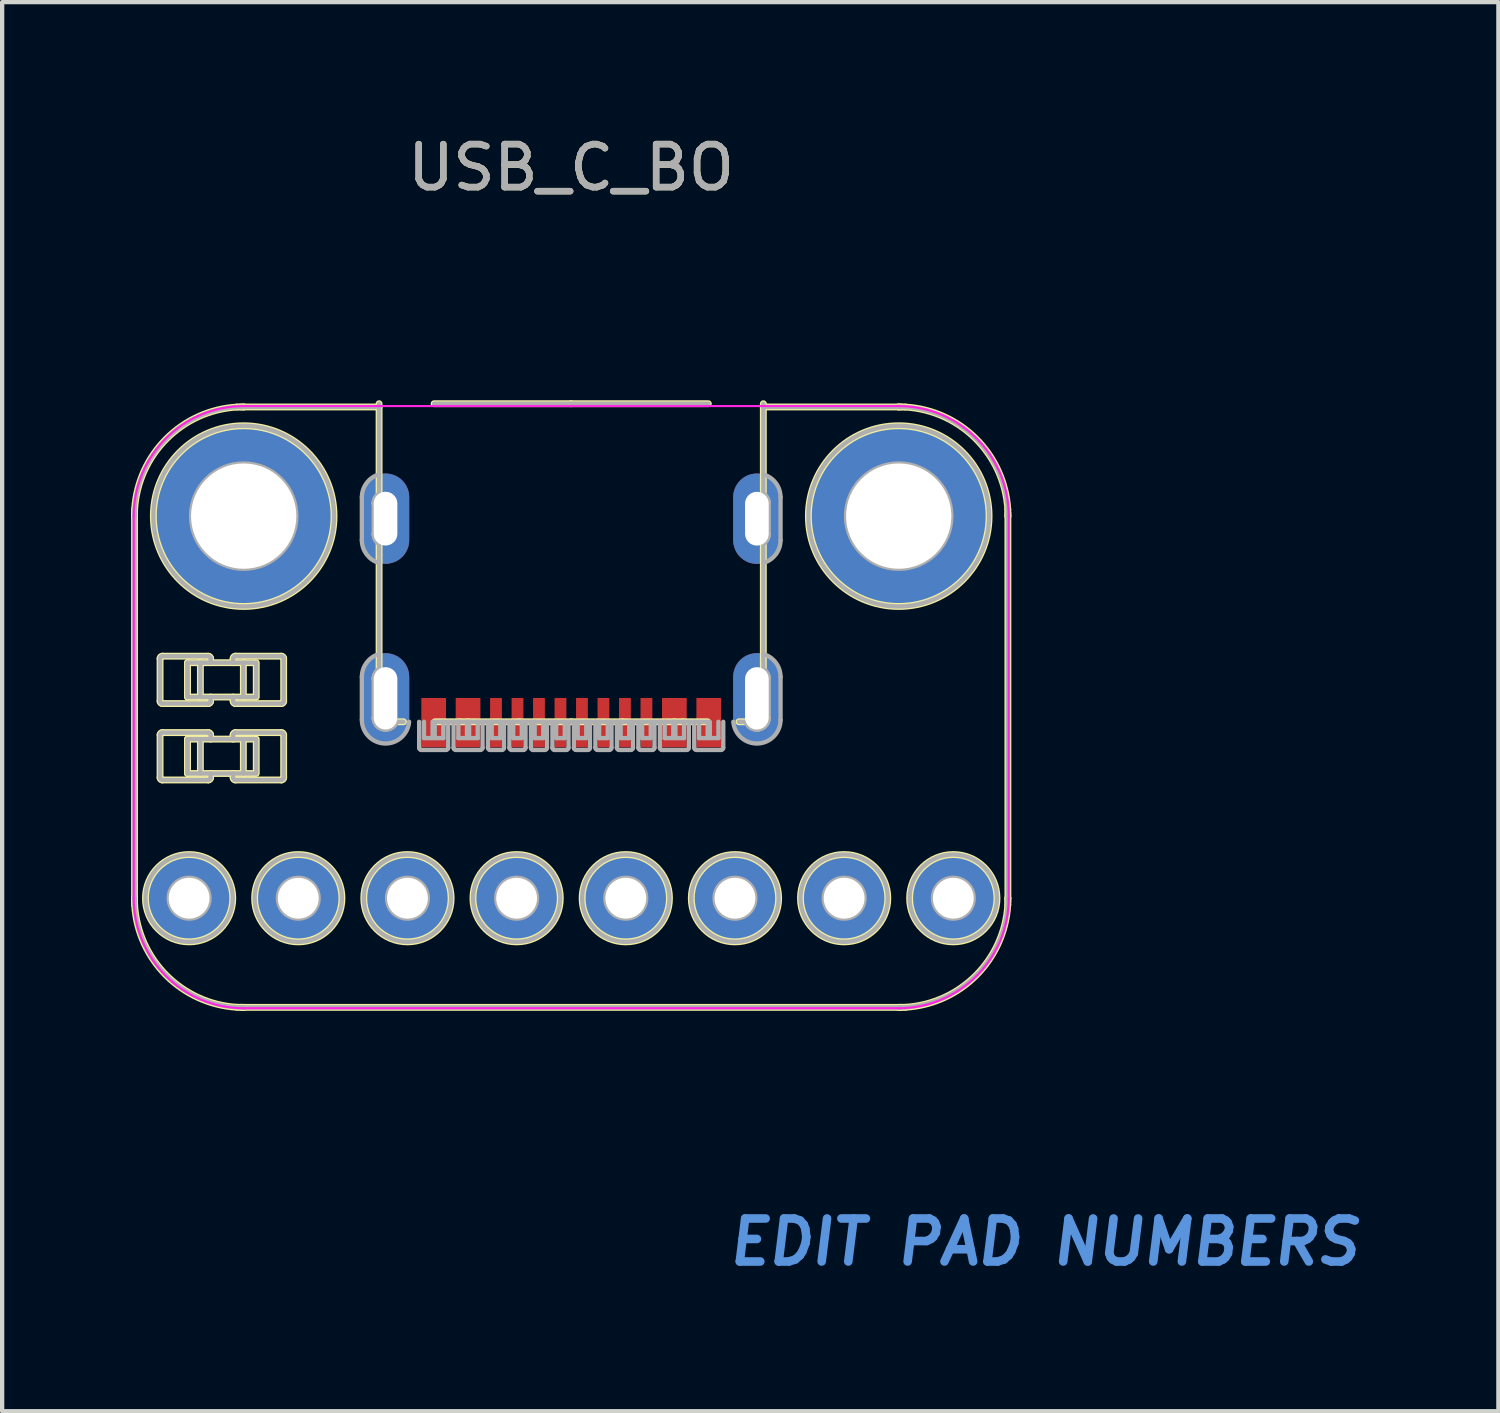
<source format=kicad_pcb>
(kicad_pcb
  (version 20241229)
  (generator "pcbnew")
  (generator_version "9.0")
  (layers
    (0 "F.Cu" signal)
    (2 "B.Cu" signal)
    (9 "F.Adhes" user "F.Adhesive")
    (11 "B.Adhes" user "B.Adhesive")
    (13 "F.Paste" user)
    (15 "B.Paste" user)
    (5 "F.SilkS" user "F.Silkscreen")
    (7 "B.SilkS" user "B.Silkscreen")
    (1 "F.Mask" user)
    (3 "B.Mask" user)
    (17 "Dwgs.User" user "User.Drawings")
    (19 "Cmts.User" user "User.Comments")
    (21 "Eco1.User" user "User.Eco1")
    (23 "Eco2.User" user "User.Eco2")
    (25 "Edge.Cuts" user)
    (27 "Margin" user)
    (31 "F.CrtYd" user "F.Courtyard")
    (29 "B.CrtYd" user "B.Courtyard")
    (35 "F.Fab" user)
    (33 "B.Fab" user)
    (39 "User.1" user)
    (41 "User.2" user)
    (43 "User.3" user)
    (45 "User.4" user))
  (footprint "USB_C_BO"
    (layer "F.Cu")
    (at 10.24 17.848)
    (property "Reference" "USB_C_BO" (at 0 -17 0) (layer "F.SilkS") (effects (font (size 1 1) (thickness 0.15))))
    (attr through_hole)
    (fp_line (start -10.16 -8.89) (end -10.158 -9.044) (stroke (width 0.16) (type solid)) (layer "F.SilkS"))
    (fp_line (start -10.16 0) (end -10.16 -8.89) (stroke (width 0.16) (type solid)) (layer "F.SilkS"))
    (fp_line (start -10.158 0.154) (end -10.16 0) (stroke (width 0.16) (type solid)) (layer "F.SilkS"))
    (fp_line (start -9.566 -5.58) (end -9.566 -4.58) (stroke (width 0.16) (type solid)) (layer "F.SilkS"))
    (fp_line (start -9.566 -3.802) (end -9.566 -2.802) (stroke (width 0.16) (type solid)) (layer "F.SilkS"))
    (fp_line (start -9.515 -4.529) (end -8.441 -4.529) (stroke (width 0.16) (type solid)) (layer "F.SilkS"))
    (fp_line (start -9.515 -2.751) (end -8.441 -2.751) (stroke (width 0.16) (type solid)) (layer "F.SilkS"))
    (fp_line (start -8.928 -4.68) (end -8.928 -5.48) (stroke (width 0.16) (type solid)) (layer "F.SilkS"))
    (fp_line (start -8.928 -4.68) (end -8.928 -5.48) (stroke (width 0.16) (type solid)) (layer "F.SilkS"))
    (fp_line (start -8.928 -2.902) (end -8.928 -3.702) (stroke (width 0.16) (type solid)) (layer "F.SilkS"))
    (fp_line (start -8.928 -2.902) (end -8.928 -3.702) (stroke (width 0.16) (type solid)) (layer "F.SilkS"))
    (fp_line (start -8.883 -5.48) (end -8.673 -5.48) (stroke (width 0.16) (type solid)) (layer "F.SilkS"))
    (fp_line (start -8.883 -4.68) (end -8.673 -4.68) (stroke (width 0.16) (type solid)) (layer "F.SilkS"))
    (fp_line (start -8.883 -3.702) (end -8.673 -3.702) (stroke (width 0.16) (type solid)) (layer "F.SilkS"))
    (fp_line (start -8.883 -2.902) (end -8.673 -2.902) (stroke (width 0.16) (type solid)) (layer "F.SilkS"))
    (fp_line (start -8.628 -5.48) (end -7.628 -5.48) (stroke (width 0.16) (type solid)) (layer "F.SilkS"))
    (fp_line (start -8.628 -4.68) (end -8.628 -5.48) (stroke (width 0.16) (type solid)) (layer "F.SilkS"))
    (fp_line (start -8.628 -4.68) (end -7.628 -4.68) (stroke (width 0.16) (type solid)) (layer "F.SilkS"))
    (fp_line (start -8.628 -3.702) (end -7.628 -3.702) (stroke (width 0.16) (type solid)) (layer "F.SilkS"))
    (fp_line (start -8.628 -2.902) (end -8.628 -3.702) (stroke (width 0.16) (type solid)) (layer "F.SilkS"))
    (fp_line (start -8.628 -2.902) (end -7.628 -2.902) (stroke (width 0.16) (type solid)) (layer "F.SilkS"))
    (fp_line (start -8.441 -5.631) (end -9.515 -5.631) (stroke (width 0.16) (type solid)) (layer "F.SilkS"))
    (fp_line (start -8.441 -3.853) (end -9.515 -3.853) (stroke (width 0.16) (type solid)) (layer "F.SilkS"))
    (fp_line (start -8.39 -5.48) (end -8.39 -5.58) (stroke (width 0.16) (type solid)) (layer "F.SilkS"))
    (fp_line (start -8.39 -4.58) (end -8.39 -4.68) (stroke (width 0.16) (type solid)) (layer "F.SilkS"))
    (fp_line (start -8.39 -3.702) (end -8.39 -3.802) (stroke (width 0.16) (type solid)) (layer "F.SilkS"))
    (fp_line (start -8.39 -2.802) (end -8.39 -2.902) (stroke (width 0.16) (type solid)) (layer "F.SilkS"))
    (fp_line (start -7.866 -5.58) (end -7.866 -5.48) (stroke (width 0.16) (type solid)) (layer "F.SilkS"))
    (fp_line (start -7.866 -4.68) (end -7.866 -4.58) (stroke (width 0.16) (type solid)) (layer "F.SilkS"))
    (fp_line (start -7.866 -3.802) (end -7.866 -3.702) (stroke (width 0.16) (type solid)) (layer "F.SilkS"))
    (fp_line (start -7.866 -2.902) (end -7.866 -2.802) (stroke (width 0.16) (type solid)) (layer "F.SilkS"))
    (fp_line (start -7.816 -4.529) (end -6.74 -4.529) (stroke (width 0.16) (type solid)) (layer "F.SilkS"))
    (fp_line (start -7.816 -2.751) (end -6.74 -2.751) (stroke (width 0.16) (type solid)) (layer "F.SilkS"))
    (fp_line (start -7.774 -11.428) (end -7.62 -11.43) (stroke (width 0.16) (type solid)) (layer "F.SilkS"))
    (fp_line (start -7.628 -4.68) (end -7.628 -5.48) (stroke (width 0.16) (type solid)) (layer "F.SilkS"))
    (fp_line (start -7.628 -2.902) (end -7.628 -3.702) (stroke (width 0.16) (type solid)) (layer "F.SilkS"))
    (fp_line (start -7.62 -11.43) (end -4.521 -11.43) (stroke (width 0.16) (type solid)) (layer "F.SilkS"))
    (fp_line (start -7.62 2.54) (end -7.774 2.538) (stroke (width 0.16) (type solid)) (layer "F.SilkS"))
    (fp_line (start -7.583 -5.48) (end -7.373 -5.48) (stroke (width 0.16) (type solid)) (layer "F.SilkS"))
    (fp_line (start -7.583 -4.68) (end -7.373 -4.68) (stroke (width 0.16) (type solid)) (layer "F.SilkS"))
    (fp_line (start -7.583 -3.702) (end -7.373 -3.702) (stroke (width 0.16) (type solid)) (layer "F.SilkS"))
    (fp_line (start -7.583 -2.902) (end -7.373 -2.902) (stroke (width 0.16) (type solid)) (layer "F.SilkS"))
    (fp_line (start -7.328 -4.68) (end -7.328 -5.48) (stroke (width 0.16) (type solid)) (layer "F.SilkS"))
    (fp_line (start -7.328 -2.902) (end -7.328 -3.702) (stroke (width 0.16) (type solid)) (layer "F.SilkS"))
    (fp_line (start -6.74 -5.631) (end -7.816 -5.631) (stroke (width 0.16) (type solid)) (layer "F.SilkS"))
    (fp_line (start -6.74 -3.853) (end -7.816 -3.853) (stroke (width 0.16) (type solid)) (layer "F.SilkS"))
    (fp_line (start -6.69 -4.58) (end -6.69 -5.58) (stroke (width 0.16) (type solid)) (layer "F.SilkS"))
    (fp_line (start -6.69 -2.802) (end -6.69 -3.802) (stroke (width 0.16) (type solid)) (layer "F.SilkS"))
    (fp_line (start -4.521 -11.43) (end -4.47 -11.43) (stroke (width 0.16) (type solid)) (layer "F.SilkS"))
    (fp_line (start -4.47 -11.505) (end -4.47 -4.855) (stroke (width 0.16) (type solid)) (layer "F.SilkS"))
    (fp_line (start -4.47 -4.705) (end -4.45 -4.705) (stroke (width 0.16) (type solid)) (layer "F.SilkS"))
    (fp_line (start -4.45 -4.105) (end -4.45 -4.705) (stroke (width 0.16) (type solid)) (layer "F.SilkS"))
    (fp_line (start -3.903 -4.105) (end -4.45 -4.105) (stroke (width 0.16) (type solid)) (layer "F.SilkS"))
    (fp_line (start -3.17 -4.105) (end -2.6 -4.105) (stroke (width 0.16) (type solid)) (layer "F.SilkS"))
    (fp_line (start -2.6 -4.105) (end -2.4 -4.105) (stroke (width 0.16) (type solid)) (layer "F.SilkS"))
    (fp_line (start -2.4 -4.105) (end -1.2 -4.105) (stroke (width 0.16) (type solid)) (layer "F.SilkS"))
    (fp_line (start -1.2 -4.105) (end 0 -4.105) (stroke (width 0.16) (type solid)) (layer "F.SilkS"))
    (fp_line (start 0 -11.505) (end -3.19 -11.505) (stroke (width 0.16) (type solid)) (layer "F.SilkS"))
    (fp_line (start 0 -11.505) (end 3.19 -11.505) (stroke (width 0.16) (type solid)) (layer "F.SilkS"))
    (fp_line (start 1.2 -4.105) (end 0 -4.105) (stroke (width 0.16) (type solid)) (layer "F.SilkS"))
    (fp_line (start 2.4 -4.105) (end 1.2 -4.105) (stroke (width 0.16) (type solid)) (layer "F.SilkS"))
    (fp_line (start 2.6 -4.105) (end 2.4 -4.105) (stroke (width 0.16) (type solid)) (layer "F.SilkS"))
    (fp_line (start 3.17 -4.105) (end 2.6 -4.105) (stroke (width 0.16) (type solid)) (layer "F.SilkS"))
    (fp_line (start 3.903 -4.105) (end 4.45 -4.105) (stroke (width 0.16) (type solid)) (layer "F.SilkS"))
    (fp_line (start 4.45 -4.105) (end 4.45 -4.705) (stroke (width 0.16) (type solid)) (layer "F.SilkS"))
    (fp_line (start 4.47 -11.505) (end 4.47 -4.855) (stroke (width 0.16) (type solid)) (layer "F.SilkS"))
    (fp_line (start 4.47 -11.43) (end 4.521 -11.43) (stroke (width 0.16) (type solid)) (layer "F.SilkS"))
    (fp_line (start 4.47 -4.705) (end 4.45 -4.705) (stroke (width 0.16) (type solid)) (layer "F.SilkS"))
    (fp_line (start 4.521 -11.43) (end 7.62 -11.43) (stroke (width 0.16) (type solid)) (layer "F.SilkS"))
    (fp_line (start 7.62 -11.43) (end 7.774 -11.428) (stroke (width 0.16) (type solid)) (layer "F.SilkS"))
    (fp_line (start 7.62 2.54) (end -7.62 2.54) (stroke (width 0.16) (type solid)) (layer "F.SilkS"))
    (fp_line (start 7.774 2.538) (end 7.62 2.54) (stroke (width 0.16) (type solid)) (layer "F.SilkS"))
    (fp_line (start 10.158 -9.044) (end 10.16 -8.89) (stroke (width 0.16) (type solid)) (layer "F.SilkS"))
    (fp_line (start 10.16 -8.89) (end 10.16 0) (stroke (width 0.16) (type solid)) (layer "F.SilkS"))
    (fp_line (start 10.16 0) (end 10.158 0.154) (stroke (width 0.16) (type solid)) (layer "F.SilkS"))
    (fp_arc (start -10.16 -8.89) (mid -10.159711 -8.928334) (end -10.158843 -8.96666) (stroke (width 0.16) (type solid)) (layer "F.SilkS"))
    (fp_arc (start -10.158843 0.07666) (mid -10.159711 0.038334) (end -10.16 0) (stroke (width 0.16) (type solid)) (layer "F.SilkS"))
    (fp_arc (start -10.157683 -9.043501) (mid -9.417693 -10.687693) (end -7.773502 -11.427683) (stroke (width 0.16) (type solid)) (layer "F.SilkS"))
    (fp_arc (start -9.5663 -5.58) (mid -9.551421 -5.615921) (end -9.5155 -5.6308) (stroke (width 0.16) (type solid)) (layer "F.SilkS"))
    (fp_arc (start -9.5663 -3.802) (mid -9.551421 -3.837921) (end -9.5155 -3.8528) (stroke (width 0.16) (type solid)) (layer "F.SilkS"))
    (fp_arc (start -9.5155 -4.5292) (mid -9.551421 -4.544079) (end -9.5663 -4.58) (stroke (width 0.16) (type solid)) (layer "F.SilkS"))
    (fp_arc (start -9.5155 -2.7512) (mid -9.551421 -2.766079) (end -9.5663 -2.802) (stroke (width 0.16) (type solid)) (layer "F.SilkS"))
    (fp_arc (start -8.4405 -5.6308) (mid -8.404579 -5.615921) (end -8.3897 -5.58) (stroke (width 0.16) (type solid)) (layer "F.SilkS"))
    (fp_arc (start -8.4405 -3.8528) (mid -8.404579 -3.837921) (end -8.3897 -3.802) (stroke (width 0.16) (type solid)) (layer "F.SilkS"))
    (fp_arc (start -8.3897 -4.58) (mid -8.404579 -4.544079) (end -8.4405 -4.5292) (stroke (width 0.16) (type solid)) (layer "F.SilkS"))
    (fp_arc (start -8.3897 -2.802) (mid -8.404579 -2.766079) (end -8.4405 -2.7512) (stroke (width 0.16) (type solid)) (layer "F.SilkS"))
    (fp_arc (start -7.8663 -5.58) (mid -7.851421 -5.615921) (end -7.8155 -5.6308) (stroke (width 0.16) (type solid)) (layer "F.SilkS"))
    (fp_arc (start -7.8663 -3.802) (mid -7.851421 -3.837921) (end -7.8155 -3.8528) (stroke (width 0.16) (type solid)) (layer "F.SilkS"))
    (fp_arc (start -7.8155 -4.5292) (mid -7.851421 -4.544079) (end -7.8663 -4.58) (stroke (width 0.16) (type solid)) (layer "F.SilkS"))
    (fp_arc (start -7.8155 -2.7512) (mid -7.851421 -2.766079) (end -7.8663 -2.802) (stroke (width 0.16) (type solid)) (layer "F.SilkS"))
    (fp_arc (start -7.773501 2.537683) (mid -9.417693 1.797693) (end -10.157683 0.153502) (stroke (width 0.16) (type solid)) (layer "F.SilkS"))
    (fp_arc (start -7.69666 -11.428843) (mid -7.658334 -11.429711) (end -7.62 -11.43) (stroke (width 0.16) (type solid)) (layer "F.SilkS"))
    (fp_arc (start -7.62 2.54) (mid -7.658334 2.539711) (end -7.69666 2.538843) (stroke (width 0.16) (type solid)) (layer "F.SilkS"))
    (fp_arc (start -6.7405 -5.6308) (mid -6.704579 -5.615921) (end -6.6897 -5.58) (stroke (width 0.16) (type solid)) (layer "F.SilkS"))
    (fp_arc (start -6.7405 -3.8528) (mid -6.704579 -3.837921) (end -6.6897 -3.802) (stroke (width 0.16) (type solid)) (layer "F.SilkS"))
    (fp_arc (start -6.6897 -4.58) (mid -6.704579 -4.544079) (end -6.7405 -4.5292) (stroke (width 0.16) (type solid)) (layer "F.SilkS"))
    (fp_arc (start -6.6897 -2.802) (mid -6.704579 -2.766079) (end -6.7405 -2.7512) (stroke (width 0.16) (type solid)) (layer "F.SilkS"))
    (fp_arc (start 7.62 -11.43) (mid 7.658334 -11.429711) (end 7.69666 -11.428843) (stroke (width 0.16) (type solid)) (layer "F.SilkS"))
    (fp_arc (start 7.69666 2.538843) (mid 7.658334 2.539711) (end 7.62 2.54) (stroke (width 0.16) (type solid)) (layer "F.SilkS"))
    (fp_arc (start 7.773501 -11.427683) (mid 9.417693 -10.687693) (end 10.157683 -9.043502) (stroke (width 0.16) (type solid)) (layer "F.SilkS"))
    (fp_arc (start 10.157683 0.153501) (mid 9.417693 1.797693) (end 7.773502 2.537683) (stroke (width 0.16) (type solid)) (layer "F.SilkS"))
    (fp_arc (start 10.158843 -8.96666) (mid 10.159711 -8.928334) (end 10.16 -8.89) (stroke (width 0.16) (type solid)) (layer "F.SilkS"))
    (fp_arc (start 10.16 0) (mid 10.159711 0.038334) (end 10.158843 0.07666) (stroke (width 0.16) (type solid)) (layer "F.SilkS"))
    (fp_circle (center -8.89 0) (end -9.906 0) (stroke (width 0.16) (type solid)) (fill no) (layer "F.SilkS"))
    (fp_circle (center -7.62 -8.89) (end -9.722 -8.89) (stroke (width 0.16) (type solid)) (fill no) (layer "F.SilkS"))
    (fp_circle (center -6.35 0) (end -7.366 0) (stroke (width 0.16) (type solid)) (fill no) (layer "F.SilkS"))
    (fp_circle (center -3.81 0) (end -4.826 0) (stroke (width 0.16) (type solid)) (fill no) (layer "F.SilkS"))
    (fp_circle (center -1.27 0) (end -2.286 0) (stroke (width 0.16) (type solid)) (fill no) (layer "F.SilkS"))
    (fp_circle (center 1.27 0) (end 0.254 0) (stroke (width 0.16) (type solid)) (fill no) (layer "F.SilkS"))
    (fp_circle (center 3.81 0) (end 2.794 0) (stroke (width 0.16) (type solid)) (fill no) (layer "F.SilkS"))
    (fp_circle (center 6.35 0) (end 5.334 0) (stroke (width 0.16) (type solid)) (fill no) (layer "F.SilkS"))
    (fp_circle (center 7.62 -8.89) (end 5.518 -8.89) (stroke (width 0.16) (type solid)) (fill no) (layer "F.SilkS"))
    (fp_circle (center 8.89 0) (end 7.874 0) (stroke (width 0.16) (type solid)) (fill no) (layer "F.SilkS"))
    (fp_line (start -10.179 -8.89) (end -10.179 0) (stroke (width 0.05) (type solid)) (layer "F.CrtYd"))
    (fp_line (start -7.62 -11.45) (end 7.62 -11.45) (stroke (width 0.05) (type solid)) (layer "F.CrtYd"))
    (fp_line (start -7.62 2.56) (end 7.62 2.56) (stroke (width 0.05) (type solid)) (layer "F.CrtYd"))
    (fp_line (start 10.179 -8.89) (end 10.179 0) (stroke (width 0.05) (type solid)) (layer "F.CrtYd"))
    (fp_arc (start -10.179286 -8.890105) (mid -9.429545 -10.700139) (end -7.619511 -11.44988) (stroke (width 0.05) (type solid)) (layer "F.CrtYd"))
    (fp_arc (start -7.619511 2.559775) (mid -9.429545 1.810034) (end -10.179286 0) (stroke (width 0.05) (type solid)) (layer "F.CrtYd"))
    (fp_arc (start 7.619511 -11.44988) (mid 9.429545 -10.700139) (end 10.179286 -8.890105) (stroke (width 0.05) (type solid)) (layer "F.CrtYd"))
    (fp_arc (start 10.179287 0) (mid 9.429546 1.810035) (end 7.619511 2.559776) (stroke (width 0.05) (type solid)) (layer "F.CrtYd"))
    (fp_line (start -10.16 -8.89) (end -10.158 -9.044) (stroke (width 0.1) (type solid)) (layer "F.Fab"))
    (fp_line (start -10.16 0) (end -10.16 -8.89) (stroke (width 0.1) (type solid)) (layer "F.Fab"))
    (fp_line (start -10.158 0.154) (end -10.16 0) (stroke (width 0.1) (type solid)) (layer "F.Fab"))
    (fp_line (start -9.566 -5.58) (end -9.566 -4.58) (stroke (width 0.1) (type solid)) (layer "F.Fab"))
    (fp_line (start -9.566 -3.802) (end -9.566 -2.802) (stroke (width 0.1) (type solid)) (layer "F.Fab"))
    (fp_line (start -9.515 -4.529) (end -8.441 -4.529) (stroke (width 0.1) (type solid)) (layer "F.Fab"))
    (fp_line (start -9.515 -2.751) (end -8.441 -2.751) (stroke (width 0.1) (type solid)) (layer "F.Fab"))
    (fp_line (start -8.928 -4.68) (end -8.928 -5.48) (stroke (width 0.1) (type solid)) (layer "F.Fab"))
    (fp_line (start -8.928 -4.68) (end -8.928 -5.48) (stroke (width 0.1) (type solid)) (layer "F.Fab"))
    (fp_line (start -8.928 -2.902) (end -8.928 -3.702) (stroke (width 0.1) (type solid)) (layer "F.Fab"))
    (fp_line (start -8.928 -2.902) (end -8.928 -3.702) (stroke (width 0.1) (type solid)) (layer "F.Fab"))
    (fp_line (start -8.883 -5.48) (end -8.673 -5.48) (stroke (width 0.1) (type solid)) (layer "F.Fab"))
    (fp_line (start -8.883 -4.68) (end -8.673 -4.68) (stroke (width 0.1) (type solid)) (layer "F.Fab"))
    (fp_line (start -8.883 -3.702) (end -8.673 -3.702) (stroke (width 0.1) (type solid)) (layer "F.Fab"))
    (fp_line (start -8.883 -2.902) (end -8.673 -2.902) (stroke (width 0.1) (type solid)) (layer "F.Fab"))
    (fp_line (start -8.628 -5.48) (end -7.628 -5.48) (stroke (width 0.1) (type solid)) (layer "F.Fab"))
    (fp_line (start -8.628 -4.68) (end -8.628 -5.48) (stroke (width 0.1) (type solid)) (layer "F.Fab"))
    (fp_line (start -8.628 -4.68) (end -7.628 -4.68) (stroke (width 0.1) (type solid)) (layer "F.Fab"))
    (fp_line (start -8.628 -3.702) (end -7.628 -3.702) (stroke (width 0.1) (type solid)) (layer "F.Fab"))
    (fp_line (start -8.628 -2.902) (end -8.628 -3.702) (stroke (width 0.1) (type solid)) (layer "F.Fab"))
    (fp_line (start -8.628 -2.902) (end -7.628 -2.902) (stroke (width 0.1) (type solid)) (layer "F.Fab"))
    (fp_line (start -8.441 -5.631) (end -9.515 -5.631) (stroke (width 0.1) (type solid)) (layer "F.Fab"))
    (fp_line (start -8.441 -3.853) (end -9.515 -3.853) (stroke (width 0.1) (type solid)) (layer "F.Fab"))
    (fp_line (start -8.39 -5.48) (end -8.39 -5.58) (stroke (width 0.1) (type solid)) (layer "F.Fab"))
    (fp_line (start -8.39 -4.58) (end -8.39 -4.68) (stroke (width 0.1) (type solid)) (layer "F.Fab"))
    (fp_line (start -8.39 -3.702) (end -8.39 -3.802) (stroke (width 0.1) (type solid)) (layer "F.Fab"))
    (fp_line (start -8.39 -2.802) (end -8.39 -2.902) (stroke (width 0.1) (type solid)) (layer "F.Fab"))
    (fp_line (start -7.866 -5.58) (end -7.866 -5.48) (stroke (width 0.1) (type solid)) (layer "F.Fab"))
    (fp_line (start -7.866 -4.68) (end -7.866 -4.58) (stroke (width 0.1) (type solid)) (layer "F.Fab"))
    (fp_line (start -7.866 -3.802) (end -7.866 -3.702) (stroke (width 0.1) (type solid)) (layer "F.Fab"))
    (fp_line (start -7.866 -2.902) (end -7.866 -2.802) (stroke (width 0.1) (type solid)) (layer "F.Fab"))
    (fp_line (start -7.816 -4.529) (end -6.74 -4.529) (stroke (width 0.1) (type solid)) (layer "F.Fab"))
    (fp_line (start -7.816 -2.751) (end -6.74 -2.751) (stroke (width 0.1) (type solid)) (layer "F.Fab"))
    (fp_line (start -7.774 -11.428) (end -7.62 -11.43) (stroke (width 0.1) (type solid)) (layer "F.Fab"))
    (fp_line (start -7.628 -4.68) (end -7.628 -5.48) (stroke (width 0.1) (type solid)) (layer "F.Fab"))
    (fp_line (start -7.628 -2.902) (end -7.628 -3.702) (stroke (width 0.1) (type solid)) (layer "F.Fab"))
    (fp_line (start -7.62 -11.43) (end -4.521 -11.43) (stroke (width 0.1) (type solid)) (layer "F.Fab"))
    (fp_line (start -7.62 2.54) (end -7.774 2.538) (stroke (width 0.1) (type solid)) (layer "F.Fab"))
    (fp_line (start -7.583 -5.48) (end -7.373 -5.48) (stroke (width 0.1) (type solid)) (layer "F.Fab"))
    (fp_line (start -7.583 -4.68) (end -7.373 -4.68) (stroke (width 0.1) (type solid)) (layer "F.Fab"))
    (fp_line (start -7.583 -3.702) (end -7.373 -3.702) (stroke (width 0.1) (type solid)) (layer "F.Fab"))
    (fp_line (start -7.583 -2.902) (end -7.373 -2.902) (stroke (width 0.1) (type solid)) (layer "F.Fab"))
    (fp_line (start -7.328 -4.68) (end -7.328 -5.48) (stroke (width 0.1) (type solid)) (layer "F.Fab"))
    (fp_line (start -7.328 -2.902) (end -7.328 -3.702) (stroke (width 0.1) (type solid)) (layer "F.Fab"))
    (fp_line (start -6.74 -5.631) (end -7.816 -5.631) (stroke (width 0.1) (type solid)) (layer "F.Fab"))
    (fp_line (start -6.74 -3.853) (end -7.816 -3.853) (stroke (width 0.1) (type solid)) (layer "F.Fab"))
    (fp_line (start -6.69 -4.58) (end -6.69 -5.58) (stroke (width 0.1) (type solid)) (layer "F.Fab"))
    (fp_line (start -6.69 -2.802) (end -6.69 -3.802) (stroke (width 0.1) (type solid)) (layer "F.Fab"))
    (fp_line (start -4.871 -9.33) (end -4.871 -8.33) (stroke (width 0.1) (type solid)) (layer "F.Fab"))
    (fp_line (start -4.871 -5.15) (end -4.871 -4.15) (stroke (width 0.1) (type solid)) (layer "F.Fab"))
    (fp_line (start -4.595 -8.48) (end -4.595 -9.18) (stroke (width 0.1) (type solid)) (layer "F.Fab"))
    (fp_line (start -4.595 -4.2) (end -4.595 -5.1) (stroke (width 0.1) (type solid)) (layer "F.Fab"))
    (fp_line (start -4.521 -11.43) (end -4.47 -11.43) (stroke (width 0.1) (type solid)) (layer "F.Fab"))
    (fp_line (start -4.47 -11.505) (end -4.47 -4.855) (stroke (width 0.1) (type solid)) (layer "F.Fab"))
    (fp_line (start -4.47 -4.705) (end -4.45 -4.705) (stroke (width 0.1) (type solid)) (layer "F.Fab"))
    (fp_line (start -4.45 -4.105) (end -4.45 -4.705) (stroke (width 0.1) (type solid)) (layer "F.Fab"))
    (fp_line (start -3.903 -4.105) (end -4.45 -4.105) (stroke (width 0.1) (type solid)) (layer "F.Fab"))
    (fp_line (start -3.538 -4.105) (end -3.538 -3.5) (stroke (width 0.1) (type solid)) (layer "F.Fab"))
    (fp_line (start -3.487 -3.449) (end -2.913 -3.449) (stroke (width 0.1) (type solid)) (layer "F.Fab"))
    (fp_line (start -3.425 -4.105) (end -3.425 -3.725) (stroke (width 0.1) (type solid)) (layer "F.Fab"))
    (fp_line (start -3.425 -3.725) (end -3.225 -3.725) (stroke (width 0.1) (type solid)) (layer "F.Fab"))
    (fp_line (start -3.225 -4.105) (end -3.225 -3.725) (stroke (width 0.1) (type solid)) (layer "F.Fab"))
    (fp_line (start -3.175 -4.105) (end -3.175 -3.725) (stroke (width 0.1) (type solid)) (layer "F.Fab"))
    (fp_line (start -3.175 -3.725) (end -2.975 -3.725) (stroke (width 0.1) (type solid)) (layer "F.Fab"))
    (fp_line (start -3.17 -4.105) (end -2.6 -4.105) (stroke (width 0.1) (type solid)) (layer "F.Fab"))
    (fp_line (start -2.975 -4.105) (end -2.975 -3.725) (stroke (width 0.1) (type solid)) (layer "F.Fab"))
    (fp_line (start -2.862 -3.5) (end -2.862 -4.105) (stroke (width 0.1) (type solid)) (layer "F.Fab"))
    (fp_line (start -2.738 -4.105) (end -2.738 -3.5) (stroke (width 0.1) (type solid)) (layer "F.Fab"))
    (fp_line (start -2.688 -3.449) (end -2.112 -3.449) (stroke (width 0.1) (type solid)) (layer "F.Fab"))
    (fp_line (start -2.625 -4.105) (end -2.625 -3.725) (stroke (width 0.1) (type solid)) (layer "F.Fab"))
    (fp_line (start -2.625 -3.725) (end -2.425 -3.725) (stroke (width 0.1) (type solid)) (layer "F.Fab"))
    (fp_line (start -2.6 -4.105) (end -2.4 -4.105) (stroke (width 0.1) (type solid)) (layer "F.Fab"))
    (fp_line (start -2.425 -4.105) (end -2.425 -3.725) (stroke (width 0.1) (type solid)) (layer "F.Fab"))
    (fp_line (start -2.4 -4.105) (end -1.2 -4.105) (stroke (width 0.1) (type solid)) (layer "F.Fab"))
    (fp_line (start -2.375 -4.105) (end -2.375 -3.725) (stroke (width 0.1) (type solid)) (layer "F.Fab"))
    (fp_line (start -2.375 -3.725) (end -2.175 -3.725) (stroke (width 0.1) (type solid)) (layer "F.Fab"))
    (fp_line (start -2.175 -4.105) (end -2.175 -3.725) (stroke (width 0.1) (type solid)) (layer "F.Fab"))
    (fp_line (start -2.062 -3.5) (end -2.062 -4.105) (stroke (width 0.1) (type solid)) (layer "F.Fab"))
    (fp_line (start -1.938 -4.105) (end -1.938 -3.5) (stroke (width 0.1) (type solid)) (layer "F.Fab"))
    (fp_line (start -1.887 -3.449) (end -1.613 -3.449) (stroke (width 0.1) (type solid)) (layer "F.Fab"))
    (fp_line (start -1.85 -4.105) (end -1.85 -3.725) (stroke (width 0.1) (type solid)) (layer "F.Fab"))
    (fp_line (start -1.85 -3.725) (end -1.65 -3.725) (stroke (width 0.1) (type solid)) (layer "F.Fab"))
    (fp_line (start -1.65 -4.105) (end -1.65 -3.725) (stroke (width 0.1) (type solid)) (layer "F.Fab"))
    (fp_line (start -1.562 -3.5) (end -1.562 -4.105) (stroke (width 0.1) (type solid)) (layer "F.Fab"))
    (fp_line (start -1.438 -4.105) (end -1.438 -3.5) (stroke (width 0.1) (type solid)) (layer "F.Fab"))
    (fp_line (start -1.387 -3.449) (end -1.113 -3.449) (stroke (width 0.1) (type solid)) (layer "F.Fab"))
    (fp_line (start -1.35 -4.105) (end -1.35 -3.725) (stroke (width 0.1) (type solid)) (layer "F.Fab"))
    (fp_line (start -1.35 -3.725) (end -1.15 -3.725) (stroke (width 0.1) (type solid)) (layer "F.Fab"))
    (fp_line (start -1.2 -4.105) (end 0 -4.105) (stroke (width 0.1) (type solid)) (layer "F.Fab"))
    (fp_line (start -1.15 -4.105) (end -1.15 -3.725) (stroke (width 0.1) (type solid)) (layer "F.Fab"))
    (fp_line (start -1.062 -3.5) (end -1.062 -4.105) (stroke (width 0.1) (type solid)) (layer "F.Fab"))
    (fp_line (start -0.938 -4.105) (end -0.938 -3.5) (stroke (width 0.1) (type solid)) (layer "F.Fab"))
    (fp_line (start -0.887 -3.449) (end -0.613 -3.449) (stroke (width 0.1) (type solid)) (layer "F.Fab"))
    (fp_line (start -0.85 -4.105) (end -0.85 -3.725) (stroke (width 0.1) (type solid)) (layer "F.Fab"))
    (fp_line (start -0.85 -3.725) (end -0.65 -3.725) (stroke (width 0.1) (type solid)) (layer "F.Fab"))
    (fp_line (start -0.65 -4.105) (end -0.65 -3.725) (stroke (width 0.1) (type solid)) (layer "F.Fab"))
    (fp_line (start -0.562 -3.5) (end -0.562 -4.105) (stroke (width 0.1) (type solid)) (layer "F.Fab"))
    (fp_line (start -0.438 -4.105) (end -0.438 -3.5) (stroke (width 0.1) (type solid)) (layer "F.Fab"))
    (fp_line (start -0.388 -3.449) (end -0.113 -3.449) (stroke (width 0.1) (type solid)) (layer "F.Fab"))
    (fp_line (start -0.35 -4.105) (end -0.35 -3.725) (stroke (width 0.1) (type solid)) (layer "F.Fab"))
    (fp_line (start -0.35 -3.725) (end -0.15 -3.725) (stroke (width 0.1) (type solid)) (layer "F.Fab"))
    (fp_line (start -0.15 -4.105) (end -0.15 -3.725) (stroke (width 0.1) (type solid)) (layer "F.Fab"))
    (fp_line (start -0.062 -3.5) (end -0.062 -4.105) (stroke (width 0.1) (type solid)) (layer "F.Fab"))
    (fp_line (start 0 -11.505) (end -3.19 -11.505) (stroke (width 0.1) (type solid)) (layer "F.Fab"))
    (fp_line (start 0 -11.505) (end 3.19 -11.505) (stroke (width 0.1) (type solid)) (layer "F.Fab"))
    (fp_line (start 0.062 -4.105) (end 0.062 -3.5) (stroke (width 0.1) (type solid)) (layer "F.Fab"))
    (fp_line (start 0.113 -3.449) (end 0.388 -3.449) (stroke (width 0.1) (type solid)) (layer "F.Fab"))
    (fp_line (start 0.15 -4.105) (end 0.15 -3.725) (stroke (width 0.1) (type solid)) (layer "F.Fab"))
    (fp_line (start 0.35 -4.105) (end 0.35 -3.725) (stroke (width 0.1) (type solid)) (layer "F.Fab"))
    (fp_line (start 0.35 -3.725) (end 0.15 -3.725) (stroke (width 0.1) (type solid)) (layer "F.Fab"))
    (fp_line (start 0.438 -3.5) (end 0.438 -4.105) (stroke (width 0.1) (type solid)) (layer "F.Fab"))
    (fp_line (start 0.562 -4.105) (end 0.562 -3.5) (stroke (width 0.1) (type solid)) (layer "F.Fab"))
    (fp_line (start 0.613 -3.449) (end 0.887 -3.449) (stroke (width 0.1) (type solid)) (layer "F.Fab"))
    (fp_line (start 0.65 -4.105) (end 0.65 -3.725) (stroke (width 0.1) (type solid)) (layer "F.Fab"))
    (fp_line (start 0.85 -4.105) (end 0.85 -3.725) (stroke (width 0.1) (type solid)) (layer "F.Fab"))
    (fp_line (start 0.85 -3.725) (end 0.65 -3.725) (stroke (width 0.1) (type solid)) (layer "F.Fab"))
    (fp_line (start 0.938 -3.5) (end 0.938 -4.105) (stroke (width 0.1) (type solid)) (layer "F.Fab"))
    (fp_line (start 1.062 -4.105) (end 1.062 -3.5) (stroke (width 0.1) (type solid)) (layer "F.Fab"))
    (fp_line (start 1.113 -3.449) (end 1.387 -3.449) (stroke (width 0.1) (type solid)) (layer "F.Fab"))
    (fp_line (start 1.15 -4.105) (end 1.15 -3.725) (stroke (width 0.1) (type solid)) (layer "F.Fab"))
    (fp_line (start 1.2 -4.105) (end 0 -4.105) (stroke (width 0.1) (type solid)) (layer "F.Fab"))
    (fp_line (start 1.35 -4.105) (end 1.35 -3.725) (stroke (width 0.1) (type solid)) (layer "F.Fab"))
    (fp_line (start 1.35 -3.725) (end 1.15 -3.725) (stroke (width 0.1) (type solid)) (layer "F.Fab"))
    (fp_line (start 1.438 -3.5) (end 1.438 -4.105) (stroke (width 0.1) (type solid)) (layer "F.Fab"))
    (fp_line (start 1.562 -4.105) (end 1.562 -3.5) (stroke (width 0.1) (type solid)) (layer "F.Fab"))
    (fp_line (start 1.613 -3.449) (end 1.887 -3.449) (stroke (width 0.1) (type solid)) (layer "F.Fab"))
    (fp_line (start 1.65 -4.105) (end 1.65 -3.725) (stroke (width 0.1) (type solid)) (layer "F.Fab"))
    (fp_line (start 1.85 -4.105) (end 1.85 -3.725) (stroke (width 0.1) (type solid)) (layer "F.Fab"))
    (fp_line (start 1.85 -3.725) (end 1.65 -3.725) (stroke (width 0.1) (type solid)) (layer "F.Fab"))
    (fp_line (start 1.938 -3.5) (end 1.938 -4.105) (stroke (width 0.1) (type solid)) (layer "F.Fab"))
    (fp_line (start 2.062 -4.105) (end 2.062 -3.5) (stroke (width 0.1) (type solid)) (layer "F.Fab"))
    (fp_line (start 2.112 -3.449) (end 2.688 -3.449) (stroke (width 0.1) (type solid)) (layer "F.Fab"))
    (fp_line (start 2.175 -4.105) (end 2.175 -3.725) (stroke (width 0.1) (type solid)) (layer "F.Fab"))
    (fp_line (start 2.375 -4.105) (end 2.375 -3.725) (stroke (width 0.1) (type solid)) (layer "F.Fab"))
    (fp_line (start 2.375 -3.725) (end 2.175 -3.725) (stroke (width 0.1) (type solid)) (layer "F.Fab"))
    (fp_line (start 2.4 -4.105) (end 1.2 -4.105) (stroke (width 0.1) (type solid)) (layer "F.Fab"))
    (fp_line (start 2.425 -4.105) (end 2.425 -3.725) (stroke (width 0.1) (type solid)) (layer "F.Fab"))
    (fp_line (start 2.6 -4.105) (end 2.4 -4.105) (stroke (width 0.1) (type solid)) (layer "F.Fab"))
    (fp_line (start 2.625 -4.105) (end 2.625 -3.725) (stroke (width 0.1) (type solid)) (layer "F.Fab"))
    (fp_line (start 2.625 -3.725) (end 2.425 -3.725) (stroke (width 0.1) (type solid)) (layer "F.Fab"))
    (fp_line (start 2.738 -3.5) (end 2.738 -4.105) (stroke (width 0.1) (type solid)) (layer "F.Fab"))
    (fp_line (start 2.862 -4.105) (end 2.862 -3.5) (stroke (width 0.1) (type solid)) (layer "F.Fab"))
    (fp_line (start 2.913 -3.449) (end 3.487 -3.449) (stroke (width 0.1) (type solid)) (layer "F.Fab"))
    (fp_line (start 2.975 -4.105) (end 2.975 -3.725) (stroke (width 0.1) (type solid)) (layer "F.Fab"))
    (fp_line (start 3.17 -4.105) (end 2.6 -4.105) (stroke (width 0.1) (type solid)) (layer "F.Fab"))
    (fp_line (start 3.175 -4.105) (end 3.175 -3.725) (stroke (width 0.1) (type solid)) (layer "F.Fab"))
    (fp_line (start 3.175 -3.725) (end 2.975 -3.725) (stroke (width 0.1) (type solid)) (layer "F.Fab"))
    (fp_line (start 3.225 -4.105) (end 3.225 -3.725) (stroke (width 0.1) (type solid)) (layer "F.Fab"))
    (fp_line (start 3.425 -4.105) (end 3.425 -3.725) (stroke (width 0.1) (type solid)) (layer "F.Fab"))
    (fp_line (start 3.425 -3.725) (end 3.225 -3.725) (stroke (width 0.1) (type solid)) (layer "F.Fab"))
    (fp_line (start 3.538 -3.5) (end 3.538 -4.105) (stroke (width 0.1) (type solid)) (layer "F.Fab"))
    (fp_line (start 3.903 -4.105) (end 4.45 -4.105) (stroke (width 0.1) (type solid)) (layer "F.Fab"))
    (fp_line (start 4.45 -4.105) (end 4.45 -4.705) (stroke (width 0.1) (type solid)) (layer "F.Fab"))
    (fp_line (start 4.47 -11.505) (end 4.47 -4.855) (stroke (width 0.1) (type solid)) (layer "F.Fab"))
    (fp_line (start 4.47 -11.43) (end 4.521 -11.43) (stroke (width 0.1) (type solid)) (layer "F.Fab"))
    (fp_line (start 4.47 -4.705) (end 4.45 -4.705) (stroke (width 0.1) (type solid)) (layer "F.Fab"))
    (fp_line (start 4.521 -11.43) (end 7.62 -11.43) (stroke (width 0.1) (type solid)) (layer "F.Fab"))
    (fp_line (start 4.595 -9.18) (end 4.595 -8.48) (stroke (width 0.1) (type solid)) (layer "F.Fab"))
    (fp_line (start 4.595 -5.1) (end 4.595 -4.2) (stroke (width 0.1) (type solid)) (layer "F.Fab"))
    (fp_line (start 4.871 -8.33) (end 4.871 -9.33) (stroke (width 0.1) (type solid)) (layer "F.Fab"))
    (fp_line (start 4.871 -4.15) (end 4.871 -5.15) (stroke (width 0.1) (type solid)) (layer "F.Fab"))
    (fp_line (start 7.62 -11.43) (end 7.774 -11.428) (stroke (width 0.1) (type solid)) (layer "F.Fab"))
    (fp_line (start 7.62 2.54) (end -7.62 2.54) (stroke (width 0.1) (type solid)) (layer "F.Fab"))
    (fp_line (start 7.774 2.538) (end 7.62 2.54) (stroke (width 0.1) (type solid)) (layer "F.Fab"))
    (fp_line (start 10.158 -9.044) (end 10.16 -8.89) (stroke (width 0.1) (type solid)) (layer "F.Fab"))
    (fp_line (start 10.16 -8.89) (end 10.16 0) (stroke (width 0.1) (type solid)) (layer "F.Fab"))
    (fp_line (start 10.16 0) (end 10.158 0.154) (stroke (width 0.1) (type solid)) (layer "F.Fab"))
    (fp_arc (start -10.16 -8.89) (mid -10.159711 -8.928334) (end -10.158843 -8.96666) (stroke (width 0.1) (type solid)) (layer "F.Fab"))
    (fp_arc (start -10.158843 0.07666) (mid -10.159711 0.038334) (end -10.16 0) (stroke (width 0.1) (type solid)) (layer "F.Fab"))
    (fp_arc (start -10.157683 -9.043501) (mid -9.417693 -10.687693) (end -7.773502 -11.427683) (stroke (width 0.1) (type solid)) (layer "F.Fab"))
    (fp_arc (start -9.5663 -5.58) (mid -9.551421 -5.615921) (end -9.5155 -5.6308) (stroke (width 0.1) (type solid)) (layer "F.Fab"))
    (fp_arc (start -9.5663 -3.802) (mid -9.551421 -3.837921) (end -9.5155 -3.8528) (stroke (width 0.1) (type solid)) (layer "F.Fab"))
    (fp_arc (start -9.5155 -4.5292) (mid -9.551421 -4.544079) (end -9.5663 -4.58) (stroke (width 0.1) (type solid)) (layer "F.Fab"))
    (fp_arc (start -9.5155 -2.7512) (mid -9.551421 -2.766079) (end -9.5663 -2.802) (stroke (width 0.1) (type solid)) (layer "F.Fab"))
    (fp_arc (start -8.4405 -5.6308) (mid -8.404579 -5.615921) (end -8.3897 -5.58) (stroke (width 0.1) (type solid)) (layer "F.Fab"))
    (fp_arc (start -8.4405 -3.8528) (mid -8.404579 -3.837921) (end -8.3897 -3.802) (stroke (width 0.1) (type solid)) (layer "F.Fab"))
    (fp_arc (start -8.3897 -4.58) (mid -8.404579 -4.544079) (end -8.4405 -4.5292) (stroke (width 0.1) (type solid)) (layer "F.Fab"))
    (fp_arc (start -8.3897 -2.802) (mid -8.404579 -2.766079) (end -8.4405 -2.7512) (stroke (width 0.1) (type solid)) (layer "F.Fab"))
    (fp_arc (start -7.8663 -5.58) (mid -7.851421 -5.615921) (end -7.8155 -5.6308) (stroke (width 0.1) (type solid)) (layer "F.Fab"))
    (fp_arc (start -7.8663 -3.802) (mid -7.851421 -3.837921) (end -7.8155 -3.8528) (stroke (width 0.1) (type solid)) (layer "F.Fab"))
    (fp_arc (start -7.8155 -4.5292) (mid -7.851421 -4.544079) (end -7.8663 -4.58) (stroke (width 0.1) (type solid)) (layer "F.Fab"))
    (fp_arc (start -7.8155 -2.7512) (mid -7.851421 -2.766079) (end -7.8663 -2.802) (stroke (width 0.1) (type solid)) (layer "F.Fab"))
    (fp_arc (start -7.773501 2.537683) (mid -9.417693 1.797693) (end -10.157683 0.153502) (stroke (width 0.1) (type solid)) (layer "F.Fab"))
    (fp_arc (start -7.69666 -11.428843) (mid -7.658334 -11.429711) (end -7.62 -11.43) (stroke (width 0.1) (type solid)) (layer "F.Fab"))
    (fp_arc (start -7.62 2.54) (mid -7.658334 2.539711) (end -7.69666 2.538843) (stroke (width 0.1) (type solid)) (layer "F.Fab"))
    (fp_arc (start -6.7405 -5.6308) (mid -6.704579 -5.615921) (end -6.6897 -5.58) (stroke (width 0.1) (type solid)) (layer "F.Fab"))
    (fp_arc (start -6.7405 -3.8528) (mid -6.704579 -3.837921) (end -6.6897 -3.802) (stroke (width 0.1) (type solid)) (layer "F.Fab"))
    (fp_arc (start -6.6897 -4.58) (mid -6.704579 -4.544079) (end -6.7405 -4.5292) (stroke (width 0.1) (type solid)) (layer "F.Fab"))
    (fp_arc (start -6.6897 -2.802) (mid -6.704579 -2.766079) (end -6.7405 -2.7512) (stroke (width 0.1) (type solid)) (layer "F.Fab"))
    (fp_arc (start -4.8708 -9.33) (mid -4.759318 -9.662235) (end -4.47 -9.859982) (stroke (width 0.1) (type solid)) (layer "F.Fab"))
    (fp_arc (start -4.8708 -5.15) (mid -4.759318 -5.482235) (end -4.47 -5.679982) (stroke (width 0.1) (type solid)) (layer "F.Fab"))
    (fp_arc (start -4.595 -9.18) (mid -4.561738 -9.311101) (end -4.47 -9.410489) (stroke (width 0.1) (type solid)) (layer "F.Fab"))
    (fp_arc (start -4.595 -9.18) (mid -4.561738 -9.311101) (end -4.47 -9.410489) (stroke (width 0.1) (type solid)) (layer "F.Fab"))
    (fp_arc (start -4.595 -9.18) (mid -4.561738 -9.311101) (end -4.47 -9.410489) (stroke (width 0.1) (type solid)) (layer "F.Fab"))
    (fp_arc (start -4.595 -5.1) (mid -4.561738 -5.231101) (end -4.47 -5.330489) (stroke (width 0.1) (type solid)) (layer "F.Fab"))
    (fp_arc (start -4.595 -5.1) (mid -4.561738 -5.231101) (end -4.47 -5.330489) (stroke (width 0.1) (type solid)) (layer "F.Fab"))
    (fp_arc (start -4.595 -5.1) (mid -4.561738 -5.231101) (end -4.47 -5.330489) (stroke (width 0.1) (type solid)) (layer "F.Fab"))
    (fp_arc (start -4.47 -8.249511) (mid -4.561739 -8.348899) (end -4.595 -8.48) (stroke (width 0.1) (type solid)) (layer "F.Fab"))
    (fp_arc (start -4.47 -8.249511) (mid -4.561739 -8.348899) (end -4.595 -8.48) (stroke (width 0.1) (type solid)) (layer "F.Fab"))
    (fp_arc (start -4.47 -8.249511) (mid -4.561739 -8.348899) (end -4.595 -8.48) (stroke (width 0.1) (type solid)) (layer "F.Fab"))
    (fp_arc (start -4.47 -7.800018) (mid -4.759318 -7.997764) (end -4.8708 -8.33) (stroke (width 0.1) (type solid)) (layer "F.Fab"))
    (fp_arc (start -4.06193 -4.105) (mid -4.368248 -3.929265) (end -4.595 -4.2) (stroke (width 0.1) (type solid)) (layer "F.Fab"))
    (fp_arc (start -4.06193 -4.105) (mid -4.368248 -3.929265) (end -4.595 -4.2) (stroke (width 0.1) (type solid)) (layer "F.Fab"))
    (fp_arc (start -4.06193 -4.105) (mid -4.368248 -3.929265) (end -4.595 -4.2) (stroke (width 0.1) (type solid)) (layer "F.Fab"))
    (fp_arc (start -3.771041 -4.105) (mid -4.342519 -3.59966) (end -4.8708 -4.15) (stroke (width 0.1) (type solid)) (layer "F.Fab"))
    (fp_arc (start -3.4875 -3.4492) (mid -3.523421 -3.464079) (end -3.5383 -3.5) (stroke (width 0.1) (type solid)) (layer "F.Fab"))
    (fp_arc (start -2.8617 -3.5) (mid -2.876579 -3.464079) (end -2.9125 -3.4492) (stroke (width 0.1) (type solid)) (layer "F.Fab"))
    (fp_arc (start -2.6875 -3.4492) (mid -2.723421 -3.464079) (end -2.7383 -3.5) (stroke (width 0.1) (type solid)) (layer "F.Fab"))
    (fp_arc (start -2.0617 -3.5) (mid -2.076579 -3.464079) (end -2.1125 -3.4492) (stroke (width 0.1) (type solid)) (layer "F.Fab"))
    (fp_arc (start -1.8875 -3.4492) (mid -1.923421 -3.464079) (end -1.9383 -3.5) (stroke (width 0.1) (type solid)) (layer "F.Fab"))
    (fp_arc (start -1.5617 -3.5) (mid -1.576579 -3.464079) (end -1.6125 -3.4492) (stroke (width 0.1) (type solid)) (layer "F.Fab"))
    (fp_arc (start -1.3875 -3.4492) (mid -1.423421 -3.464079) (end -1.4383 -3.5) (stroke (width 0.1) (type solid)) (layer "F.Fab"))
    (fp_arc (start -1.0617 -3.5) (mid -1.076579 -3.464079) (end -1.1125 -3.4492) (stroke (width 0.1) (type solid)) (layer "F.Fab"))
    (fp_arc (start -0.8875 -3.4492) (mid -0.923421 -3.464079) (end -0.9383 -3.5) (stroke (width 0.1) (type solid)) (layer "F.Fab"))
    (fp_arc (start -0.5617 -3.5) (mid -0.576579 -3.464079) (end -0.6125 -3.4492) (stroke (width 0.1) (type solid)) (layer "F.Fab"))
    (fp_arc (start -0.3875 -3.4492) (mid -0.423421 -3.464079) (end -0.4383 -3.5) (stroke (width 0.1) (type solid)) (layer "F.Fab"))
    (fp_arc (start -0.0617 -3.5) (mid -0.076579 -3.464079) (end -0.1125 -3.4492) (stroke (width 0.1) (type solid)) (layer "F.Fab"))
    (fp_arc (start 0.1125 -3.4492) (mid 0.076579 -3.464079) (end 0.0617 -3.5) (stroke (width 0.1) (type solid)) (layer "F.Fab"))
    (fp_arc (start 0.4383 -3.5) (mid 0.423421 -3.464079) (end 0.3875 -3.4492) (stroke (width 0.1) (type solid)) (layer "F.Fab"))
    (fp_arc (start 0.6125 -3.4492) (mid 0.576579 -3.464079) (end 0.5617 -3.5) (stroke (width 0.1) (type solid)) (layer "F.Fab"))
    (fp_arc (start 0.9383 -3.5) (mid 0.923421 -3.464079) (end 0.8875 -3.4492) (stroke (width 0.1) (type solid)) (layer "F.Fab"))
    (fp_arc (start 1.1125 -3.4492) (mid 1.076579 -3.464079) (end 1.0617 -3.5) (stroke (width 0.1) (type solid)) (layer "F.Fab"))
    (fp_arc (start 1.4383 -3.5) (mid 1.423421 -3.464079) (end 1.3875 -3.4492) (stroke (width 0.1) (type solid)) (layer "F.Fab"))
    (fp_arc (start 1.6125 -3.4492) (mid 1.576579 -3.464079) (end 1.5617 -3.5) (stroke (width 0.1) (type solid)) (layer "F.Fab"))
    (fp_arc (start 1.9383 -3.5) (mid 1.923421 -3.464079) (end 1.8875 -3.4492) (stroke (width 0.1) (type solid)) (layer "F.Fab"))
    (fp_arc (start 2.1125 -3.4492) (mid 2.076579 -3.464079) (end 2.0617 -3.5) (stroke (width 0.1) (type solid)) (layer "F.Fab"))
    (fp_arc (start 2.7383 -3.5) (mid 2.723421 -3.464079) (end 2.6875 -3.4492) (stroke (width 0.1) (type solid)) (layer "F.Fab"))
    (fp_arc (start 2.9125 -3.4492) (mid 2.876579 -3.464079) (end 2.8617 -3.5) (stroke (width 0.1) (type solid)) (layer "F.Fab"))
    (fp_arc (start 3.5383 -3.5) (mid 3.523421 -3.464079) (end 3.4875 -3.4492) (stroke (width 0.1) (type solid)) (layer "F.Fab"))
    (fp_arc (start 4.47 -9.859982) (mid 4.759318 -9.662236) (end 4.8708 -9.33) (stroke (width 0.1) (type solid)) (layer "F.Fab"))
    (fp_arc (start 4.47 -9.410489) (mid 4.561739 -9.311101) (end 4.595 -9.18) (stroke (width 0.1) (type solid)) (layer "F.Fab"))
    (fp_arc (start 4.47 -9.410489) (mid 4.561739 -9.311101) (end 4.595 -9.18) (stroke (width 0.1) (type solid)) (layer "F.Fab"))
    (fp_arc (start 4.47 -9.410489) (mid 4.561739 -9.311101) (end 4.595 -9.18) (stroke (width 0.1) (type solid)) (layer "F.Fab"))
    (fp_arc (start 4.47 -5.679982) (mid 4.759318 -5.482236) (end 4.8708 -5.15) (stroke (width 0.1) (type solid)) (layer "F.Fab"))
    (fp_arc (start 4.47 -5.330489) (mid 4.561739 -5.231101) (end 4.595 -5.1) (stroke (width 0.1) (type solid)) (layer "F.Fab"))
    (fp_arc (start 4.47 -5.330489) (mid 4.561739 -5.231101) (end 4.595 -5.1) (stroke (width 0.1) (type solid)) (layer "F.Fab"))
    (fp_arc (start 4.47 -5.330489) (mid 4.561739 -5.231101) (end 4.595 -5.1) (stroke (width 0.1) (type solid)) (layer "F.Fab"))
    (fp_arc (start 4.595 -8.48) (mid 4.561738 -8.348899) (end 4.47 -8.249511) (stroke (width 0.1) (type solid)) (layer "F.Fab"))
    (fp_arc (start 4.595 -8.48) (mid 4.561738 -8.348899) (end 4.47 -8.249511) (stroke (width 0.1) (type solid)) (layer "F.Fab"))
    (fp_arc (start 4.595 -8.48) (mid 4.561738 -8.348899) (end 4.47 -8.249511) (stroke (width 0.1) (type solid)) (layer "F.Fab"))
    (fp_arc (start 4.595 -4.2) (mid 4.368248 -3.929266) (end 4.06193 -4.105) (stroke (width 0.1) (type solid)) (layer "F.Fab"))
    (fp_arc (start 4.595 -4.2) (mid 4.368248 -3.929266) (end 4.06193 -4.105) (stroke (width 0.1) (type solid)) (layer "F.Fab"))
    (fp_arc (start 4.595 -4.2) (mid 4.368248 -3.929266) (end 4.06193 -4.105) (stroke (width 0.1) (type solid)) (layer "F.Fab"))
    (fp_arc (start 4.8708 -8.33) (mid 4.759318 -7.997765) (end 4.47 -7.800018) (stroke (width 0.1) (type solid)) (layer "F.Fab"))
    (fp_arc (start 4.8708 -4.15) (mid 4.342519 -3.599661) (end 3.771041 -4.105) (stroke (width 0.1) (type solid)) (layer "F.Fab"))
    (fp_arc (start 7.62 -11.43) (mid 7.658334 -11.429711) (end 7.69666 -11.428843) (stroke (width 0.1) (type solid)) (layer "F.Fab"))
    (fp_arc (start 7.69666 2.538843) (mid 7.658334 2.539711) (end 7.62 2.54) (stroke (width 0.1) (type solid)) (layer "F.Fab"))
    (fp_arc (start 7.773501 -11.427683) (mid 9.417693 -10.687693) (end 10.157683 -9.043502) (stroke (width 0.1) (type solid)) (layer "F.Fab"))
    (fp_arc (start 10.157683 0.153501) (mid 9.417693 1.797693) (end 7.773502 2.537683) (stroke (width 0.1) (type solid)) (layer "F.Fab"))
    (fp_arc (start 10.158843 -8.96666) (mid 10.159711 -8.928334) (end 10.16 -8.89) (stroke (width 0.1) (type solid)) (layer "F.Fab"))
    (fp_arc (start 10.16 0) (mid 10.159711 0.038334) (end 10.158843 0.07666) (stroke (width 0.1) (type solid)) (layer "F.Fab"))
    (fp_circle (center -8.89 0) (end -9.906 0) (stroke (width 0.1) (type solid)) (fill no) (layer "F.Fab"))
    (fp_circle (center -8.89 0) (end -9.365 0) (stroke (width 0.1) (type solid)) (fill no) (layer "F.Fab"))
    (fp_circle (center -7.62 -8.89) (end -9.722 -8.89) (stroke (width 0.1) (type solid)) (fill no) (layer "F.Fab"))
    (fp_circle (center -7.62 -8.89) (end -8.845 -8.89) (stroke (width 0.1) (type solid)) (fill no) (layer "F.Fab"))
    (fp_circle (center -6.35 0) (end -7.366 0) (stroke (width 0.1) (type solid)) (fill no) (layer "F.Fab"))
    (fp_circle (center -6.35 0) (end -6.825 0) (stroke (width 0.1) (type solid)) (fill no) (layer "F.Fab"))
    (fp_circle (center -3.81 0) (end -4.826 0) (stroke (width 0.1) (type solid)) (fill no) (layer "F.Fab"))
    (fp_circle (center -3.81 0) (end -4.285 0) (stroke (width 0.1) (type solid)) (fill no) (layer "F.Fab"))
    (fp_circle (center -1.27 0) (end -2.286 0) (stroke (width 0.1) (type solid)) (fill no) (layer "F.Fab"))
    (fp_circle (center -1.27 0) (end -1.745 0) (stroke (width 0.1) (type solid)) (fill no) (layer "F.Fab"))
    (fp_circle (center 1.27 0) (end 0.254 0) (stroke (width 0.1) (type solid)) (fill no) (layer "F.Fab"))
    (fp_circle (center 1.27 0) (end 0.795 0) (stroke (width 0.1) (type solid)) (fill no) (layer "F.Fab"))
    (fp_circle (center 3.81 0) (end 2.794 0) (stroke (width 0.1) (type solid)) (fill no) (layer "F.Fab"))
    (fp_circle (center 3.81 0) (end 3.335 0) (stroke (width 0.1) (type solid)) (fill no) (layer "F.Fab"))
    (fp_circle (center 6.35 0) (end 5.334 0) (stroke (width 0.1) (type solid)) (fill no) (layer "F.Fab"))
    (fp_circle (center 6.35 0) (end 5.875 0) (stroke (width 0.1) (type solid)) (fill no) (layer "F.Fab"))
    (fp_circle (center 7.62 -8.89) (end 5.518 -8.89) (stroke (width 0.1) (type solid)) (fill no) (layer "F.Fab"))
    (fp_circle (center 7.62 -8.89) (end 6.395 -8.89) (stroke (width 0.1) (type solid)) (fill no) (layer "F.Fab"))
    (fp_circle (center 8.89 0) (end 7.874 0) (stroke (width 0.1) (type solid)) (fill no) (layer "F.Fab"))
    (fp_circle (center 8.89 0) (end 8.415 0) (stroke (width 0.1) (type solid)) (fill no) (layer "F.Fab"))
    (fp_text user "EDIT PAD NUMBERS" (at 11 8 0) (layer "Cmts.User") (effects (font (size 1 1) (thickness 0.2) (italic yes))))
    (fp_text user "${REFERENCE}" (at 0 -17 0) (layer "F.Fab") (effects (font (size 1 1) (thickness 0.15))))
    (pad "#" thru_hole circle (at -8.89 0) (size 2.032 2.032) (drill 0.95) (layers "*.Cu" "*.Mask"))
    (pad "#" thru_hole circle (at -7.62 -8.89) (size 4.203 4.203) (drill 2.45) (layers "*.Cu" "*.Mask"))
    (pad "#" thru_hole circle (at -6.35 0) (size 2.032 2.032) (drill 0.95) (layers "*.Cu" "*.Mask"))
    (pad "#" thru_hole oval (at -4.32 -8.831) (size 1.102 2.1) (drill oval 0.55 1.25) (layers "*.Cu" "*.Mask"))
    (pad "#" thru_hole oval (at -4.32 -4.65) (size 1.102 2.102) (drill oval 0.55 1.45) (layers "*.Cu" "*.Mask"))
    (pad "#" thru_hole circle (at -3.81 0) (size 2.032 2.032) (drill 0.95) (layers "*.Cu" "*.Mask"))
    (pad "#" smd rect (at -3.2 -4.084) (size 0.575 1.15) (layers "F.Cu" "F.Mask" "F.Paste"))
    (pad "#" smd rect (at -2.4 -4.084) (size 0.575 1.15) (layers "F.Cu" "F.Mask" "F.Paste"))
    (pad "#" smd rect (at -1.75 -4.084) (size 0.275 1.15) (layers "F.Cu" "F.Mask" "F.Paste"))
    (pad "#" thru_hole circle (at -1.27 0) (size 2.032 2.032) (drill 0.95) (layers "*.Cu" "*.Mask"))
    (pad "#" smd rect (at -1.25 -4.084) (size 0.275 1.15) (layers "F.Cu" "F.Mask" "F.Paste"))
    (pad "#" smd rect (at -0.75 -4.084) (size 0.275 1.15) (layers "F.Cu" "F.Mask" "F.Paste"))
    (pad "#" smd rect (at -0.25 -4.084) (size 0.275 1.15) (layers "F.Cu" "F.Mask" "F.Paste"))
    (pad "#" smd rect (at 0.25 -4.084) (size 0.275 1.15) (layers "F.Cu" "F.Mask" "F.Paste"))
    (pad "#" smd rect (at 0.75 -4.084) (size 0.275 1.15) (layers "F.Cu" "F.Mask" "F.Paste"))
    (pad "#" smd rect (at 1.25 -4.084) (size 0.275 1.15) (layers "F.Cu" "F.Mask" "F.Paste"))
    (pad "#" thru_hole circle (at 1.27 0) (size 2.032 2.032) (drill 0.95) (layers "*.Cu" "*.Mask"))
    (pad "#" smd rect (at 1.75 -4.084) (size 0.275 1.15) (layers "F.Cu" "F.Mask" "F.Paste"))
    (pad "#" smd rect (at 2.4 -4.084) (size 0.575 1.15) (layers "F.Cu" "F.Mask" "F.Paste"))
    (pad "#" smd rect (at 3.2 -4.084) (size 0.575 1.15) (layers "F.Cu" "F.Mask" "F.Paste"))
    (pad "#" thru_hole circle (at 3.81 0) (size 2.032 2.032) (drill 0.95) (layers "*.Cu" "*.Mask"))
    (pad "#" thru_hole oval (at 4.32 -8.83) (size 1.102 2.102) (drill oval 0.55 1.25) (layers "*.Cu" "*.Mask"))
    (pad "#" thru_hole oval (at 4.32 -4.65) (size 1.102 2.102) (drill oval 0.55 1.45) (layers "*.Cu" "*.Mask"))
    (pad "#" thru_hole circle (at 6.35 0) (size 2.032 2.032) (drill 0.95) (layers "*.Cu" "*.Mask"))
    (pad "#" thru_hole circle (at 7.62 -8.89) (size 4.203 4.203) (drill 2.45) (layers "*.Cu" "*.Mask"))
    (pad "#" thru_hole circle (at 8.89 0) (size 2.032 2.032) (drill 0.95) (layers "*.Cu" "*.Mask")))
  (gr_rect
    (start -3 -3)
    (end 31.812 29.784)
    (stroke (width 0.1) (type default))
    (fill no)
    (layer "Edge.Cuts")))
</source>
